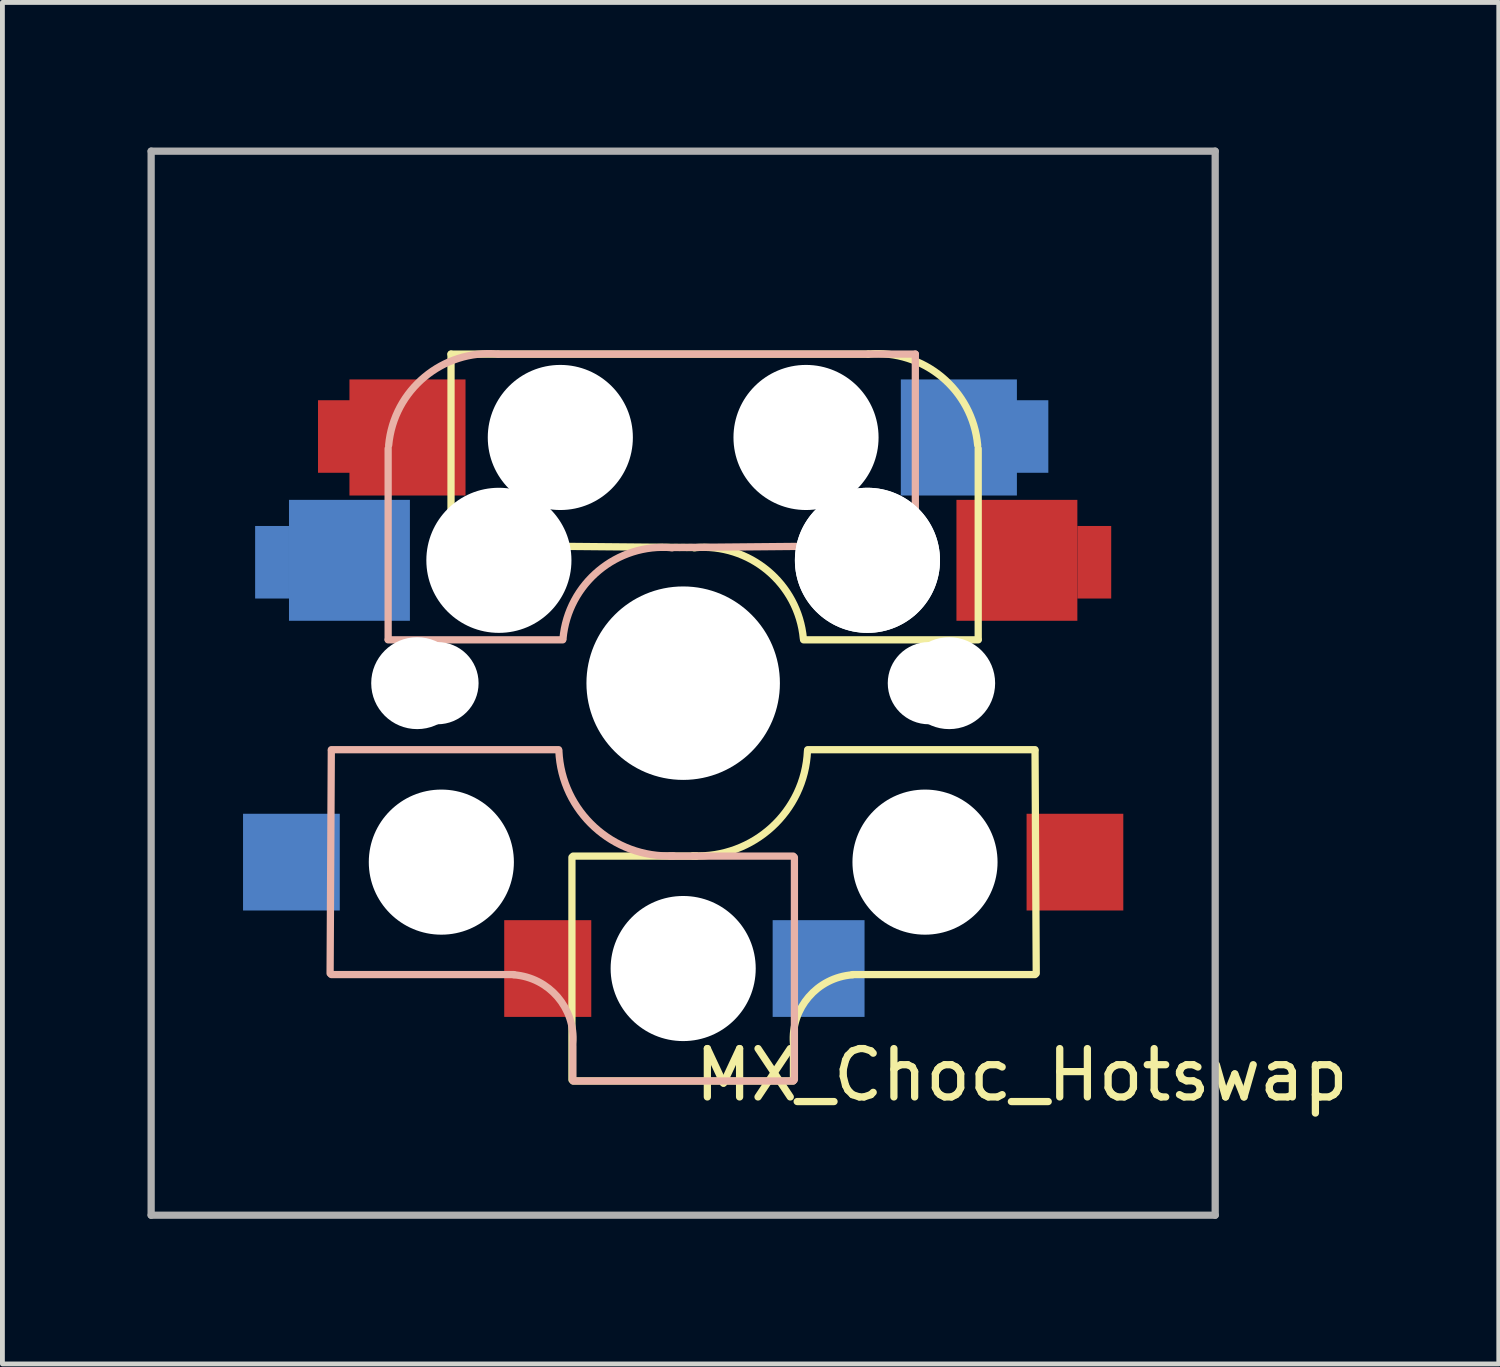
<source format=kicad_pcb>
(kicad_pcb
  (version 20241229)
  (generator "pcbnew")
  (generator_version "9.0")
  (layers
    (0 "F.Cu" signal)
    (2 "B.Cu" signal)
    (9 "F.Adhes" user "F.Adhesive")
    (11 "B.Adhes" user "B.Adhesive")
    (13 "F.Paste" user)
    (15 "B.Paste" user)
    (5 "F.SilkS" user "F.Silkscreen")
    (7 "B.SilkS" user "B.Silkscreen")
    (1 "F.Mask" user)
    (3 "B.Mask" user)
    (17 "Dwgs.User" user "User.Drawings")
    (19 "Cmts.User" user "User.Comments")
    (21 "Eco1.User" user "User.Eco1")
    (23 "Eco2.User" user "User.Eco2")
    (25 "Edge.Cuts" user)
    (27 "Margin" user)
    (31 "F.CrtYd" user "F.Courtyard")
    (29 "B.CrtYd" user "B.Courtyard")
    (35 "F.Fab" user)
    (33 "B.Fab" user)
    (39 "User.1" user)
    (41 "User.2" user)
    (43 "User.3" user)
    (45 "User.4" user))
  (footprint "MX_Choc_Hotswap"
    (layer "F.Cu")
    (at 11.075 11.075)
    (property "Reference" "MX_Choc_Hotswap" (at 7 8.1 0) (layer "F.SilkS") (effects (font (size 1 1) (thickness 0.15))))
    (attr through_hole)
    (fp_line (start -4.8 -6.804) (end 3.825 -6.804) (stroke (width 0.15) (type solid)) (layer "F.SilkS"))
    (fp_line (start -4.8 -2.896) (end -4.8 -6.804) (stroke (width 0.15) (type solid)) (layer "F.SilkS"))
    (fp_line (start -4.8 -2.85) (end 0.25 -2.804) (stroke (width 0.15) (type solid)) (layer "F.SilkS"))
    (fp_line (start -2.3 3.6) (end -2.3 8.2) (stroke (width 0.15) (type solid)) (layer "F.SilkS"))
    (fp_line (start -2.275 3.575) (end 0.275 3.575) (stroke (width 0.15) (type solid)) (layer "F.SilkS"))
    (fp_line (start -2.275 8.225) (end 2.275 8.225) (stroke (width 0.15) (type solid)) (layer "F.SilkS"))
    (fp_line (start 2.28 7.5) (end 2.28 8.2) (stroke (width 0.15) (type solid)) (layer "F.SilkS"))
    (fp_line (start 2.575 1.375) (end 7.275 1.375) (stroke (width 0.15) (type solid)) (layer "F.SilkS"))
    (fp_line (start 3.5 6.025) (end 7.275 6.025) (stroke (width 0.15) (type solid)) (layer "F.SilkS"))
    (fp_line (start 6.1 -4.85) (end 6.1 -0.905) (stroke (width 0.15) (type solid)) (layer "F.SilkS"))
    (fp_line (start 6.1 -0.896) (end 2.49 -0.896) (stroke (width 0.15) (type solid)) (layer "F.SilkS"))
    (fp_line (start 7.275 1.4) (end 7.3 6) (stroke (width 0.15) (type solid)) (layer "F.SilkS"))
    (fp_arc (start 0.225 -2.8) (mid 1.744361 -2.328062) (end 2.485001 -0.920001) (stroke (width 0.15) (type solid)) (layer "F.SilkS"))
    (fp_arc (start 2.279999 7.449999) (mid 2.595908 6.487329) (end 3.5 6.03) (stroke (width 0.15) (type solid)) (layer "F.SilkS"))
    (fp_arc (start 2.57 1.4) (mid 1.834422 2.975843) (end 0.2 3.57) (stroke (width 0.15) (type solid)) (layer "F.SilkS"))
    (fp_arc (start 3.825 -6.804) (mid 5.347189 -6.33089) (end 6.089 -4.92) (stroke (width 0.15) (type solid)) (layer "F.SilkS"))
    (fp_line (start -7.275 1.4) (end -7.3 6) (stroke (width 0.15) (type solid)) (layer "B.SilkS"))
    (fp_line (start -6.1 -4.85) (end -6.1 -0.905) (stroke (width 0.15) (type solid)) (layer "B.SilkS"))
    (fp_line (start -6.1 -0.896) (end -2.49 -0.896) (stroke (width 0.15) (type solid)) (layer "B.SilkS"))
    (fp_line (start -3.5 6.025) (end -7.275 6.025) (stroke (width 0.15) (type solid)) (layer "B.SilkS"))
    (fp_line (start -2.575 1.375) (end -7.275 1.375) (stroke (width 0.15) (type solid)) (layer "B.SilkS"))
    (fp_line (start -2.28 7.5) (end -2.28 8.2) (stroke (width 0.15) (type solid)) (layer "B.SilkS"))
    (fp_line (start 2.275 3.575) (end -0.275 3.575) (stroke (width 0.15) (type solid)) (layer "B.SilkS"))
    (fp_line (start 2.275 8.225) (end -2.275 8.225) (stroke (width 0.15) (type solid)) (layer "B.SilkS"))
    (fp_line (start 2.3 3.6) (end 2.3 8.2) (stroke (width 0.15) (type solid)) (layer "B.SilkS"))
    (fp_line (start 4.8 -6.804) (end -3.825 -6.804) (stroke (width 0.15) (type solid)) (layer "B.SilkS"))
    (fp_line (start 4.8 -2.896) (end 4.8 -6.804) (stroke (width 0.15) (type solid)) (layer "B.SilkS"))
    (fp_line (start 4.8 -2.85) (end -0.25 -2.804) (stroke (width 0.15) (type solid)) (layer "B.SilkS"))
    (fp_arc (start -6.089 -4.92) (mid -5.347189 -6.33089) (end -3.825 -6.804) (stroke (width 0.15) (type solid)) (layer "B.SilkS"))
    (fp_arc (start -3.5 6.03) (mid -2.595908 6.48733) (end -2.28 7.45) (stroke (width 0.15) (type solid)) (layer "B.SilkS"))
    (fp_arc (start -2.484999 -0.920001) (mid -1.74436 -2.328062) (end -0.225 -2.8) (stroke (width 0.15) (type solid)) (layer "B.SilkS"))
    (fp_arc (start -0.2 3.57) (mid -1.834422 2.975843) (end -2.57 1.4) (stroke (width 0.15) (type solid)) (layer "B.SilkS"))
    (fp_line (start -9 -9) (end 9 -9) (stroke (width 0.15) (type solid)) (layer "Eco2.User"))
    (fp_line (start -9 9) (end -9 -9) (stroke (width 0.15) (type solid)) (layer "Eco2.User"))
    (fp_line (start -7 -7) (end 7 -7) (stroke (width 0.15) (type solid)) (layer "Eco2.User"))
    (fp_line (start -7 7) (end -7 -7) (stroke (width 0.15) (type solid)) (layer "Eco2.User"))
    (fp_line (start 7 -7) (end 7 7) (stroke (width 0.15) (type solid)) (layer "Eco2.User"))
    (fp_line (start 7 7) (end -7 7) (stroke (width 0.15) (type solid)) (layer "Eco2.User"))
    (fp_line (start 9 -9) (end 9 9) (stroke (width 0.15) (type solid)) (layer "Eco2.User"))
    (fp_line (start 9 9) (end -9 9) (stroke (width 0.15) (type solid)) (layer "Eco2.User"))
    (fp_line (start -11 -11) (end -11 11) (stroke (width 0.15) (type solid)) (layer "F.Fab"))
    (fp_line (start -11 11) (end 11 11) (stroke (width 0.15) (type solid)) (layer "F.Fab"))
    (fp_line (start 11 -11) (end -11 -11) (stroke (width 0.15) (type solid)) (layer "F.Fab"))
    (fp_line (start 11 11) (end 11 -11) (stroke (width 0.15) (type solid)) (layer "F.Fab"))
    (pad "" np_thru_hole circle (at -5.5 0 90) (size 1.9 1.9) (drill 1.9) (layers "*.Cu" "*.Mask"))
    (pad "" np_thru_hole circle (at -5.08 0) (size 1.7 1.7) (drill 1.7) (layers "*.Cu" "*.Mask"))
    (pad "" np_thru_hole circle (at -5 3.7 90) (size 3 3) (drill 3) (layers "*.Cu" "*.Mask"))
    (pad "" np_thru_hole circle (at -3.825 -2.58 180) (size 0.1 0.1) (drill 0.1) (layers "*.Cu" "*.Mask"))
    (pad "" np_thru_hole circle (at -3.81 -2.54 180) (size 3 3) (drill 3) (layers "*.Cu" "*.Mask"))
    (pad "" np_thru_hole circle (at -2.54 -5.08 180) (size 3 3) (drill 3) (layers "*.Cu" "*.Mask"))
    (pad "" np_thru_hole circle (at 0 0 90) (size 4 4) (drill 4) (layers "*.Cu" "*.Mask"))
    (pad "" np_thru_hole circle (at 0 5.9 90) (size 3 3) (drill 3) (layers "*.Cu" "*.Mask"))
    (pad "" np_thru_hole circle (at 2.54 -5.08 180) (size 3 3) (drill 3) (layers "*.Cu" "*.Mask"))
    (pad "" np_thru_hole circle (at 3.81 -2.54 180) (size 3 3) (drill 3) (layers "*.Cu" "*.Mask"))
    (pad "" np_thru_hole circle (at 3.81 -2.54 180) (size 3 3) (drill 3) (layers "*.Cu" "*.Mask"))
    (pad "" np_thru_hole circle (at 3.825 -2.58 180) (size 0.1 0.1) (drill 0.1) (layers "*.Cu" "*.Mask"))
    (pad "" np_thru_hole circle (at 5 3.7 270) (size 3 3) (drill 3) (layers "*.Cu" "*.Mask"))
    (pad "" np_thru_hole circle (at 5.08 0) (size 1.7 1.7) (drill 1.7) (layers "*.Cu" "*.Mask"))
    (pad "" np_thru_hole circle (at 5.5 0 90) (size 1.9 1.9) (drill 1.9) (layers "*.Cu" "*.Mask"))
    (pad "1" smd rect (at -8.5 -2.5) (size 0.7 1.5) (layers "B.Cu" "B.Mask" "B.Paste"))
    (pad "1" smd rect (at -8.1 3.7 180) (size 2 2) (layers "B.Cu" "B.Mask" "B.Paste"))
    (pad "1" smd rect (at -7.2 -5.1) (size 0.7 1.5) (layers "F.Cu" "F.Mask" "F.Paste"))
    (pad "1" smd rect (at -6.9 -2.54 180) (size 2.5 2.5) (layers "B.Cu" "B.Mask" "B.Paste"))
    (pad "1" smd rect (at -5.7 -5.08 180) (size 2.4 2.4) (layers "F.Cu" "F.Mask" "F.Paste"))
    (pad "1" smd rect (at 8.1 3.7 180) (size 2 2) (layers "F.Cu" "F.Mask" "F.Paste"))
    (pad "2" smd rect (at -2.8 5.9 180) (size 1.8 2) (layers "F.Cu" "F.Mask" "F.Paste"))
    (pad "2" smd rect (at 2.8 5.9 180) (size 1.9 2) (layers "B.Cu" "B.Mask" "B.Paste"))
    (pad "2" smd rect (at 5.7 -5.08 180) (size 2.4 2.4) (layers "B.Cu" "B.Mask" "B.Paste"))
    (pad "2" smd rect (at 6.9 -2.54 180) (size 2.5 2.5) (layers "F.Cu" "F.Mask" "F.Paste"))
    (pad "2" smd rect (at 7.2 -5.1) (size 0.7 1.5) (layers "B.Cu" "B.Mask" "B.Paste"))
    (pad "2" smd rect (at 8.5 -2.5) (size 0.7 1.5) (layers "F.Cu" "F.Mask" "F.Paste")))
  (gr_rect
    (start -3 -3)
    (end 27.938 25.15)
    (stroke (width 0.1) (type default))
    (fill no)
    (layer "Edge.Cuts")))
</source>
